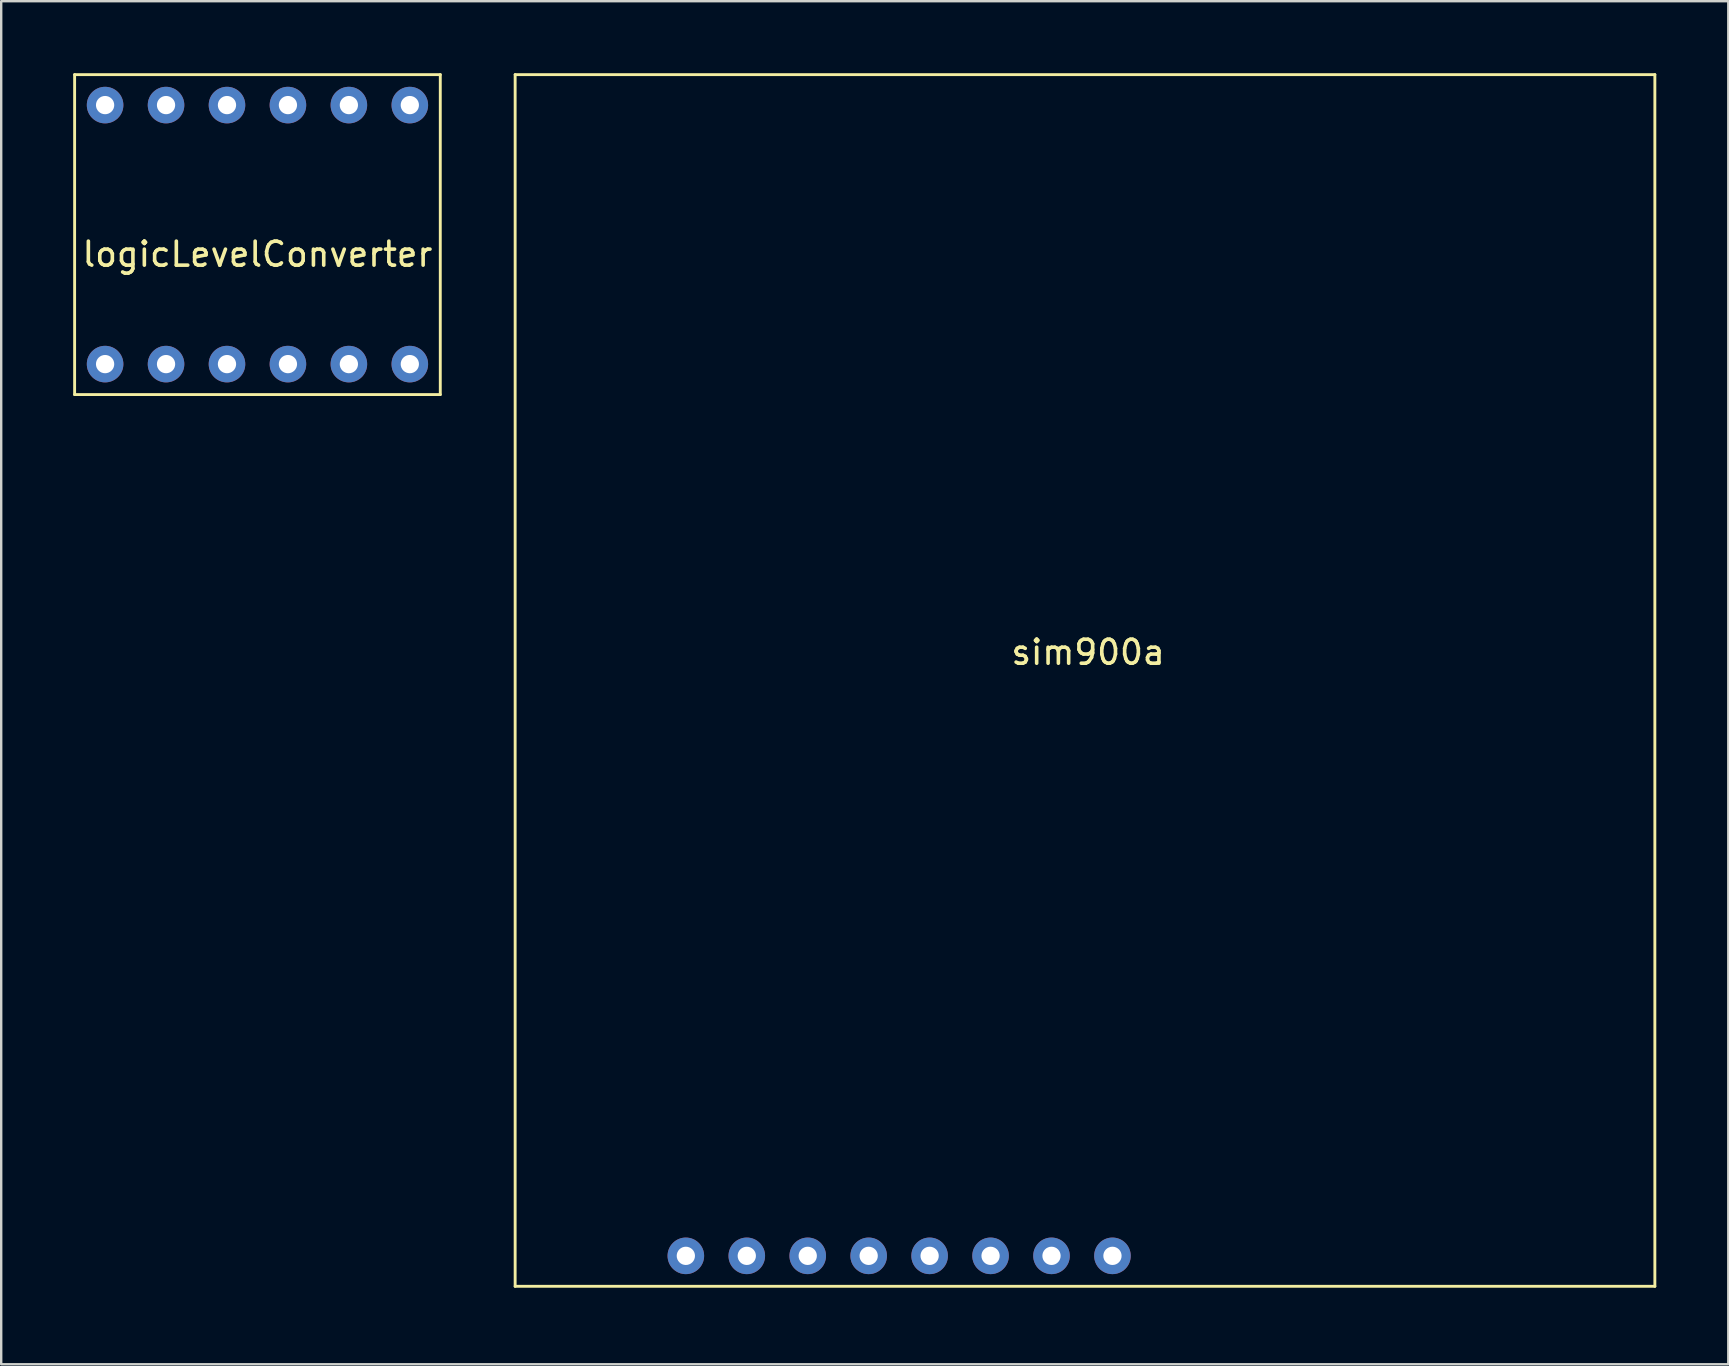
<source format=kicad_pcb>
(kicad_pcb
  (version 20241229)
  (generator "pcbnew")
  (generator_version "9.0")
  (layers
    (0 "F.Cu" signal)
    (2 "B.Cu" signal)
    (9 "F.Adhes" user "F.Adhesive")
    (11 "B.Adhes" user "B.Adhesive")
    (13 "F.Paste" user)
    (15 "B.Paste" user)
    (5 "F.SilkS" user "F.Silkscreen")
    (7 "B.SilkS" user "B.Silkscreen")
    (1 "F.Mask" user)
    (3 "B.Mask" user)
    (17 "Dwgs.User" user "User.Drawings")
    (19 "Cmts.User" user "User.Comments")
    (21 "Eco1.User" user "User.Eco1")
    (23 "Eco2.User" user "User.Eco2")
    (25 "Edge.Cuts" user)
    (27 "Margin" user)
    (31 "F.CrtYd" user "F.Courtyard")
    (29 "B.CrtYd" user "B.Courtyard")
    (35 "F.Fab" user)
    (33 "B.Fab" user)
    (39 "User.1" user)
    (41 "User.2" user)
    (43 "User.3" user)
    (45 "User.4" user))
  (footprint "logicLevelConverter"
    (layer "F.Cu")
    (at 7.68 7.045)
    (property "Reference" "logicLevelConverter" (at 0 0.5 0) (layer "F.SilkS") (effects (font (size 1 1) (thickness 0.15))))
    (attr through_hole)
    (fp_line (start -7.62 -6.985) (end 7.62 -6.985) (stroke (width 0.12) (type solid)) (layer "F.SilkS"))
    (fp_line (start -7.62 6.35) (end -7.62 -6.985) (stroke (width 0.12) (type solid)) (layer "F.SilkS"))
    (fp_line (start 7.62 -6.985) (end 7.62 6.35) (stroke (width 0.12) (type solid)) (layer "F.SilkS"))
    (fp_line (start 7.62 6.35) (end -7.62 6.35) (stroke (width 0.12) (type solid)) (layer "F.SilkS"))
    (pad "1" thru_hole circle (at 6.35 5.08) (size 1.524 1.524) (drill 0.762) (layers "*.Cu" "*.Mask"))
    (pad "2" thru_hole circle (at 3.81 5.08) (size 1.524 1.524) (drill 0.762) (layers "*.Cu" "*.Mask"))
    (pad "3" thru_hole circle (at 1.27 5.08) (size 1.524 1.524) (drill 0.762) (layers "*.Cu" "*.Mask"))
    (pad "4" thru_hole circle (at -1.27 5.08) (size 1.524 1.524) (drill 0.762) (layers "*.Cu" "*.Mask"))
    (pad "5" thru_hole circle (at -3.81 5.08) (size 1.524 1.524) (drill 0.762) (layers "*.Cu" "*.Mask"))
    (pad "6" thru_hole circle (at -6.35 5.08) (size 1.524 1.524) (drill 0.762) (layers "*.Cu" "*.Mask"))
    (pad "7" thru_hole circle (at -6.35 -5.715) (size 1.524 1.524) (drill 0.762) (layers "*.Cu" "*.Mask"))
    (pad "8" thru_hole circle (at -3.81 -5.715) (size 1.524 1.524) (drill 0.762) (layers "*.Cu" "*.Mask"))
    (pad "9" thru_hole circle (at -1.27 -5.715) (size 1.524 1.524) (drill 0.762) (layers "*.Cu" "*.Mask"))
    (pad "10" thru_hole circle (at 1.27 -5.715) (size 1.524 1.524) (drill 0.762) (layers "*.Cu" "*.Mask"))
    (pad "11" thru_hole circle (at 3.81 -5.715) (size 1.524 1.524) (drill 0.762) (layers "*.Cu" "*.Mask"))
    (pad "12" thru_hole circle (at 6.35 -5.715) (size 1.524 1.524) (drill 0.762) (layers "*.Cu" "*.Mask")))
  (footprint "sim900a"
    (layer "F.Cu")
    (at 42.044 50.56)
    (property "Reference" "sim900a" (at 0.254 -26.424 0) (layer "F.SilkS") (effects (font (size 1 1) (thickness 0.15))))
    (attr through_hole)
    (fp_line (start -23.624 -50.5) (end 23.876 -50.5) (stroke (width 0.12) (type solid)) (layer "F.SilkS"))
    (fp_line (start -23.624 0) (end -23.624 -50.5) (stroke (width 0.12) (type solid)) (layer "F.SilkS"))
    (fp_line (start -23.624 0) (end 23.876 0) (stroke (width 0.12) (type solid)) (layer "F.SilkS"))
    (fp_line (start 23.876 0) (end 23.876 -50.5) (stroke (width 0.12) (type solid)) (layer "F.SilkS"))
    (pad "1" thru_hole circle (at -16.51 -1.27) (size 1.524 1.524) (drill 0.762) (layers "*.Cu" "*.Mask"))
    (pad "2" thru_hole circle (at -13.97 -1.27) (size 1.524 1.524) (drill 0.762) (layers "*.Cu" "*.Mask"))
    (pad "3" thru_hole circle (at -11.43 -1.27) (size 1.524 1.524) (drill 0.762) (layers "*.Cu" "*.Mask"))
    (pad "4" thru_hole circle (at -8.89 -1.27) (size 1.524 1.524) (drill 0.762) (layers "*.Cu" "*.Mask"))
    (pad "5" thru_hole circle (at -6.35 -1.27) (size 1.524 1.524) (drill 0.762) (layers "*.Cu" "*.Mask"))
    (pad "6" thru_hole circle (at -3.81 -1.27) (size 1.524 1.524) (drill 0.762) (layers "*.Cu" "*.Mask"))
    (pad "7" thru_hole circle (at -1.27 -1.27) (size 1.524 1.524) (drill 0.762) (layers "*.Cu" "*.Mask"))
    (pad "8" thru_hole circle (at 1.27 -1.27) (size 1.524 1.524) (drill 0.762) (layers "*.Cu" "*.Mask")))
  (gr_rect
    (start -3 -3)
    (end 68.98 53.81)
    (stroke (width 0.1) (type default))
    (fill no)
    (layer "Edge.Cuts")))
</source>
